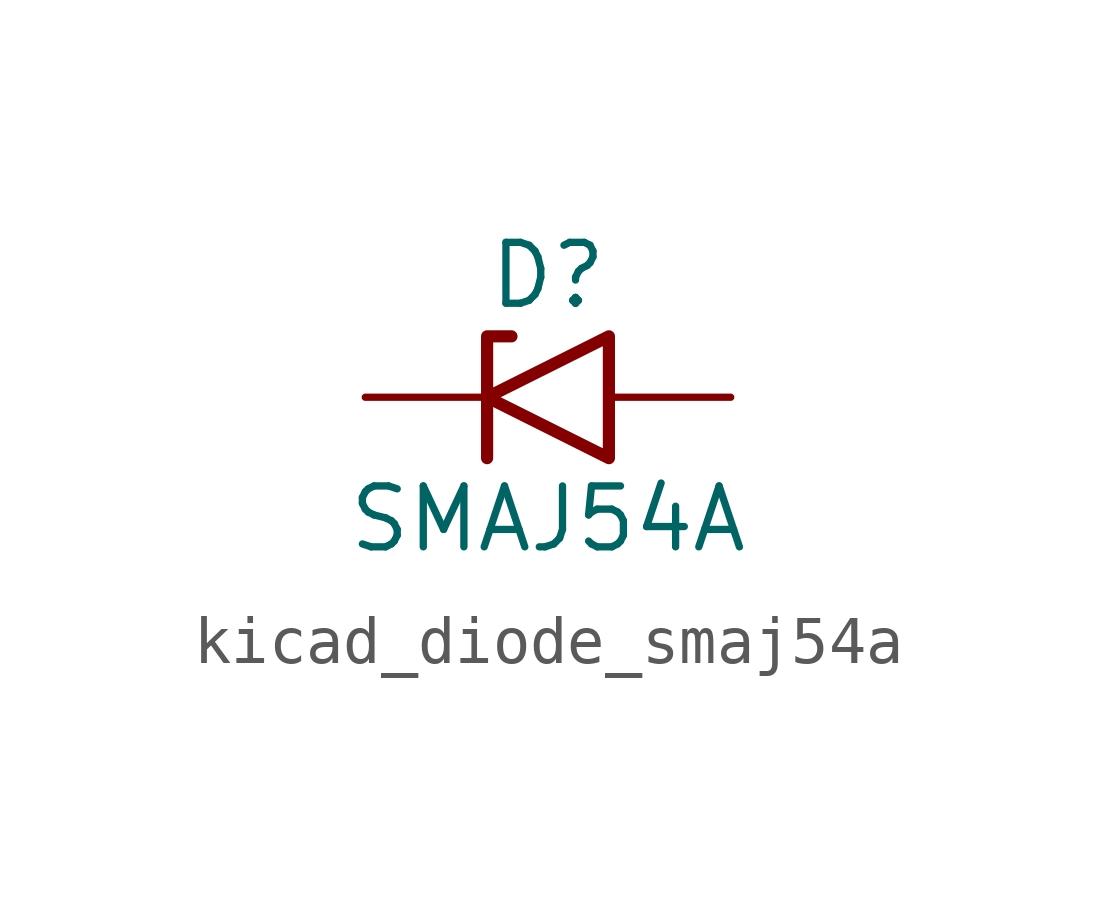
<source format=kicad_sym>
(kicad_symbol_lib
  (version 20220914)
  (generator kicad_symbol_editor)
  (symbol "kicad_diode_smaj54a"
    (pin_numbers hide)
    (pin_names
      (offset 1.016) hide)
    (property "Reference" "D"
      (at 0 2.54 0)
      (effects (font (size 1.27 1.27))))
    (property "Value" "SMAJ54A"
      (at 0 -2.54 0)
      (effects (font (size 1.27 1.27))))
    (symbol "kicad_diode_smaj54a_0_1"
      (polyline (pts (xy -0.762 1.27) (xy -1.27 1.27) (xy -1.27 -1.27)) (stroke (width 0.254) (type default)) (fill (type none)))
      (polyline (pts (xy 1.27 1.27) (xy 1.27 -1.27) (xy -1.27 0) (xy 1.27 1.27)) (stroke (width 0.254) (type default)) (fill (type none))))
    (symbol "kicad_diode_smaj54a_1_1"
      (pin passive line (at -3.81 0 0) (length 2.54) (name "A1" (effects (font (size 1.27 1.27)))) (number "1" (effects (font (size 1.27 1.27)))))
      (pin passive line (at 3.81 0 180) (length 2.54) (name "A2" (effects (font (size 1.27 1.27)))) (number "2" (effects (font (size 1.27 1.27))))))))
</source>
